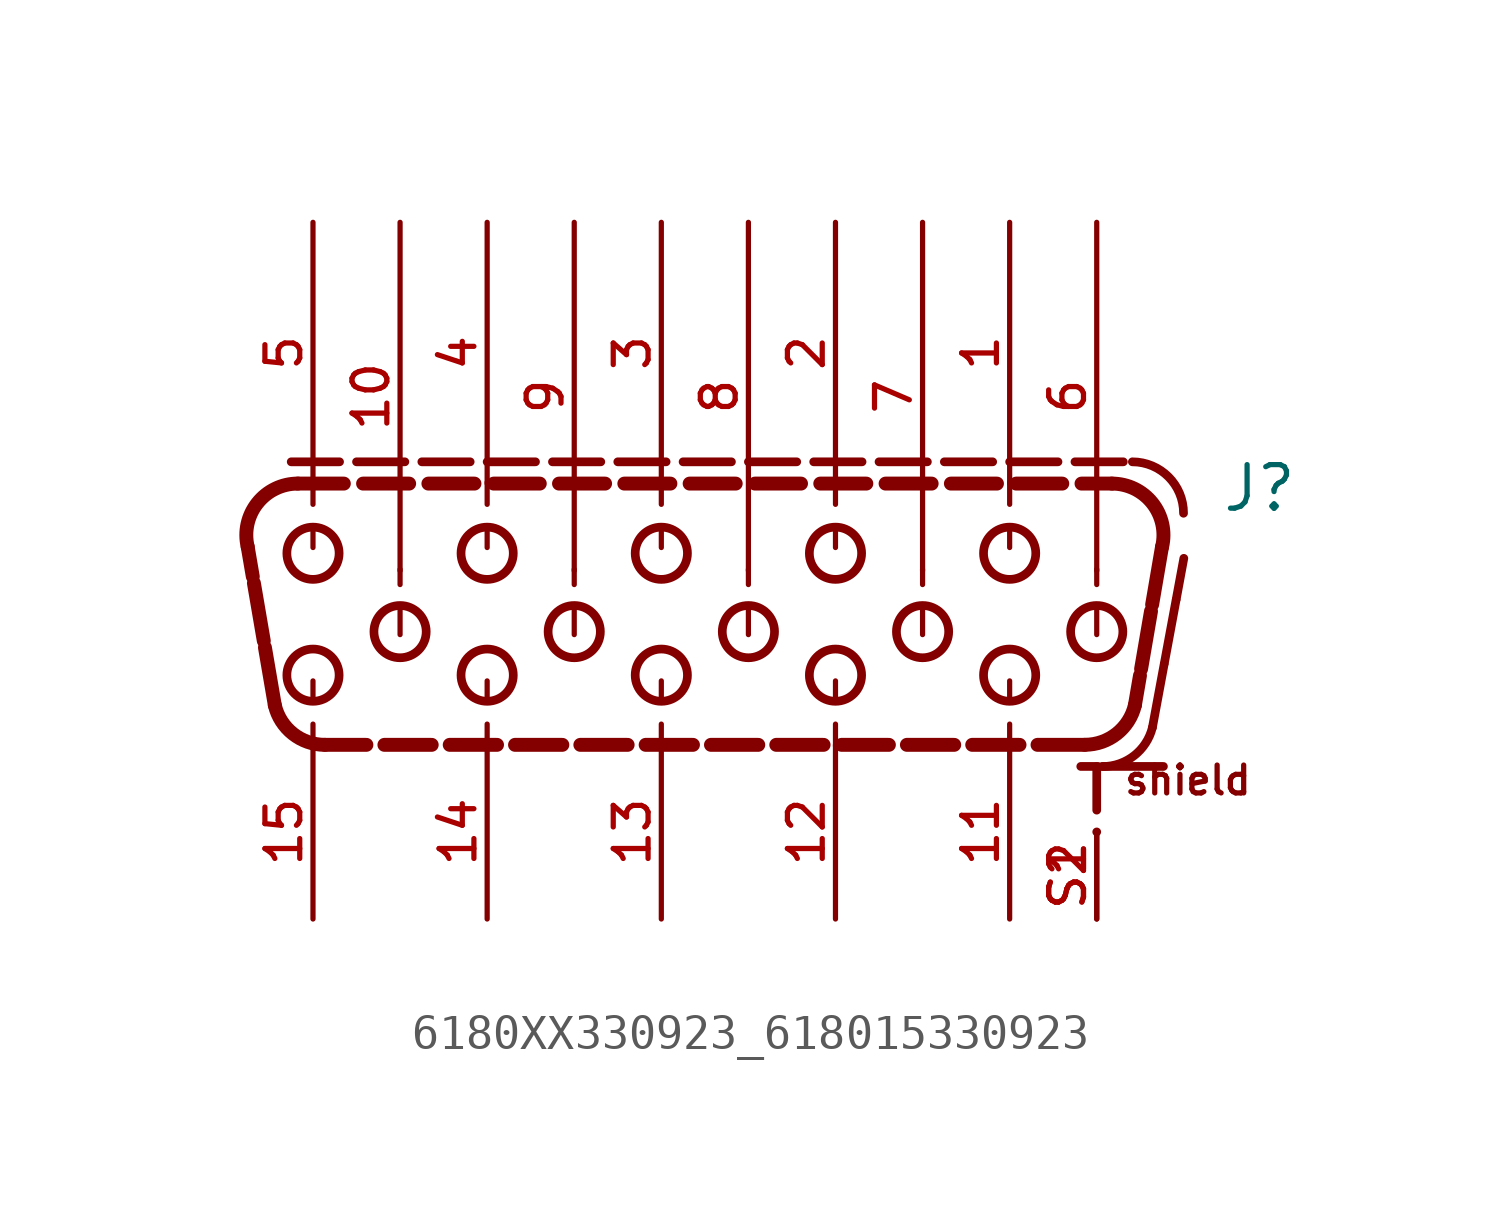
<source format=kicad_sym>
(kicad_symbol_lib
  (version 20231120)
  (generator "kicad_symbol_editor")
  (generator_version "8.0")
  (symbol "6180XX330923_618015330923"
    (pin_names
      (offset 1.016))
    (property "Reference" "J"
      (at 16.32 4.2 0)
      (effects (font (size 1.27 1.27)) (justify left bottom)))
    (symbol "6180XX330923_618015330923_0_0"
      (arc (start -11.2729 -1.3848) (mid -10.7468 -2.2139) (end -9.8131 -2.54) (stroke (width 0.4064) (type default)) (fill (type none)))
      (arc (start -10.6044 5.08) (mid -11.7806 4.5108) (end -12.0642 3.2352) (stroke (width 0.4064) (type default)) (fill (type none)))
      (circle (center -10.16 -0.508) (radius 0.762) (stroke (width 0.254) (type default)) (fill (type none)))
      (circle (center -10.16 3.048) (radius 0.762) (stroke (width 0.254) (type default)) (fill (type none)))
      (circle (center -7.62 0.762) (radius 0.762) (stroke (width 0.254) (type default)) (fill (type none)))
      (circle (center -5.08 -0.508) (radius 0.762) (stroke (width 0.254) (type default)) (fill (type none)))
      (circle (center -5.08 3.048) (radius 0.762) (stroke (width 0.254) (type default)) (fill (type none)))
      (circle (center -2.54 0.762) (radius 0.762) (stroke (width 0.254) (type default)) (fill (type none)))
      (circle (center 0 -0.508) (radius 0.762) (stroke (width 0.254) (type default)) (fill (type none)))
      (polyline (pts (xy -11.916 2.37) (xy -12.064 3.235)) (stroke (width 0.406) (type default)) (fill (type none)))
      (polyline (pts (xy -11.595 0.493) (xy -11.883 2.177)) (stroke (width 0.406) (type default)) (fill (type none)))
      (polyline (pts (xy -11.273 -1.385) (xy -11.561 0.299)) (stroke (width 0.406) (type default)) (fill (type none)))
      (polyline (pts (xy -10.795 5.715) (xy -9.385 5.715)) (stroke (width 0.254) (type default)) (fill (type none)))
      (polyline (pts (xy -10.604 5.08) (xy -9.26 5.08)) (stroke (width 0.406) (type default)) (fill (type none)))
      (polyline (pts (xy -10.16 -2.58) (xy -10.16 -1.935)) (stroke (width 0.152) (type default)) (fill (type none)))
      (polyline (pts (xy -10.16 -0.675) (xy -10.16 -1.3)) (stroke (width 0.152) (type default)) (fill (type none)))
      (polyline (pts (xy -10.16 3.215) (xy -10.16 3.84)) (stroke (width 0.152) (type default)) (fill (type none)))
      (polyline (pts (xy -10.16 5.12) (xy -10.16 4.475)) (stroke (width 0.152) (type default)) (fill (type none)))
      (polyline (pts (xy -8.89 5.715) (xy -7.48 5.715)) (stroke (width 0.254) (type default)) (fill (type none)))
      (polyline (pts (xy -8.699 5.08) (xy -7.355 5.08)) (stroke (width 0.406) (type default)) (fill (type none)))
      (polyline (pts (xy -8.602 -2.54) (xy -9.813 -2.54)) (stroke (width 0.406) (type default)) (fill (type none)))
      (polyline (pts (xy -7.62 0.675) (xy -7.62 1.5)) (stroke (width 0.152) (type default)) (fill (type none)))
      (polyline (pts (xy -7.62 2.58) (xy -7.62 2.135)) (stroke (width 0.152) (type default)) (fill (type none)))
      (polyline (pts (xy -6.985 5.715) (xy -5.575 5.715)) (stroke (width 0.254) (type default)) (fill (type none)))
      (polyline (pts (xy -6.794 5.08) (xy -5.45 5.08)) (stroke (width 0.406) (type default)) (fill (type none)))
      (polyline (pts (xy -6.697 -2.54) (xy -8.077 -2.54)) (stroke (width 0.406) (type default)) (fill (type none)))
      (polyline (pts (xy -5.08 -2.58) (xy -5.08 -1.935)) (stroke (width 0.152) (type default)) (fill (type none)))
      (polyline (pts (xy -5.08 -0.675) (xy -5.08 -1.3)) (stroke (width 0.152) (type default)) (fill (type none)))
      (polyline (pts (xy -5.08 3.215) (xy -5.08 3.84)) (stroke (width 0.152) (type default)) (fill (type none)))
      (polyline (pts (xy -5.08 5.12) (xy -5.08 4.475)) (stroke (width 0.152) (type default)) (fill (type none)))
      (polyline (pts (xy -5.08 5.715) (xy -3.67 5.715)) (stroke (width 0.254) (type default)) (fill (type none)))
      (polyline (pts (xy -4.889 5.08) (xy -3.545 5.08)) (stroke (width 0.406) (type default)) (fill (type none)))
      (polyline (pts (xy -4.792 -2.54) (xy -6.172 -2.54)) (stroke (width 0.406) (type default)) (fill (type none)))
      (polyline (pts (xy -3.175 5.715) (xy -1.765 5.715)) (stroke (width 0.254) (type default)) (fill (type none)))
      (polyline (pts (xy -2.984 5.08) (xy -1.64 5.08)) (stroke (width 0.406) (type default)) (fill (type none)))
      (polyline (pts (xy -2.887 -2.54) (xy -4.267 -2.54)) (stroke (width 0.406) (type default)) (fill (type none)))
      (polyline (pts (xy -2.54 0.675) (xy -2.54 1.5)) (stroke (width 0.152) (type default)) (fill (type none)))
      (polyline (pts (xy -2.54 2.58) (xy -2.54 2.135)) (stroke (width 0.152) (type default)) (fill (type none)))
      (polyline (pts (xy -1.27 5.715) (xy 0.14 5.715)) (stroke (width 0.254) (type default)) (fill (type none)))
      (polyline (pts (xy -1.079 5.08) (xy 0.265 5.08)) (stroke (width 0.406) (type default)) (fill (type none)))
      (polyline (pts (xy -0.982 -2.54) (xy -2.362 -2.54)) (stroke (width 0.406) (type default)) (fill (type none)))
      (polyline (pts (xy 0 -2.58) (xy 0 -1.935)) (stroke (width 0.152) (type default)) (fill (type none)))
      (polyline (pts (xy 0 -0.675) (xy 0 -1.3)) (stroke (width 0.152) (type default)) (fill (type none)))
      (polyline (pts (xy 0 3.215) (xy 0 3.84)) (stroke (width 0.152) (type default)) (fill (type none)))
      (polyline (pts (xy 0 5.12) (xy 0 4.475)) (stroke (width 0.152) (type default)) (fill (type none)))
      (polyline (pts (xy 0.635 5.715) (xy 2.045 5.715)) (stroke (width 0.254) (type default)) (fill (type none)))
      (polyline (pts (xy 0.826 5.08) (xy 2.17 5.08)) (stroke (width 0.406) (type default)) (fill (type none)))
      (polyline (pts (xy 0.923 -2.54) (xy -0.457 -2.54)) (stroke (width 0.406) (type default)) (fill (type none)))
      (polyline (pts (xy 2.54 0.675) (xy 2.54 1.5)) (stroke (width 0.152) (type default)) (fill (type none)))
      (polyline (pts (xy 2.54 2.58) (xy 2.54 2.135)) (stroke (width 0.152) (type default)) (fill (type none)))
      (polyline (pts (xy 2.54 5.715) (xy 3.95 5.715)) (stroke (width 0.254) (type default)) (fill (type none)))
      (polyline (pts (xy 2.731 5.08) (xy 4.075 5.08)) (stroke (width 0.406) (type default)) (fill (type none)))
      (polyline (pts (xy 2.828 -2.54) (xy 1.448 -2.54)) (stroke (width 0.406) (type default)) (fill (type none)))
      (polyline (pts (xy 4.445 5.715) (xy 5.855 5.715)) (stroke (width 0.254) (type default)) (fill (type none)))
      (polyline (pts (xy 4.636 5.08) (xy 5.98 5.08)) (stroke (width 0.406) (type default)) (fill (type none)))
      (polyline (pts (xy 4.733 -2.54) (xy 3.353 -2.54)) (stroke (width 0.406) (type default)) (fill (type none)))
      (polyline (pts (xy 5.08 -2.58) (xy 5.08 -1.935)) (stroke (width 0.152) (type default)) (fill (type none)))
      (polyline (pts (xy 5.08 -0.675) (xy 5.08 -1.3)) (stroke (width 0.152) (type default)) (fill (type none)))
      (polyline (pts (xy 5.08 3.215) (xy 5.08 3.84)) (stroke (width 0.152) (type default)) (fill (type none)))
      (polyline (pts (xy 5.08 5.12) (xy 5.08 4.475)) (stroke (width 0.152) (type default)) (fill (type none)))
      (polyline (pts (xy 6.35 5.715) (xy 7.76 5.715)) (stroke (width 0.254) (type default)) (fill (type none)))
      (polyline (pts (xy 6.541 5.08) (xy 7.885 5.08)) (stroke (width 0.406) (type default)) (fill (type none)))
      (polyline (pts (xy 6.638 -2.54) (xy 5.258 -2.54)) (stroke (width 0.406) (type default)) (fill (type none)))
      (polyline (pts (xy 7.62 0.675) (xy 7.62 1.5)) (stroke (width 0.152) (type default)) (fill (type none)))
      (polyline (pts (xy 7.62 2.58) (xy 7.62 2.135)) (stroke (width 0.152) (type default)) (fill (type none)))
      (polyline (pts (xy 8.255 5.715) (xy 9.665 5.715)) (stroke (width 0.254) (type default)) (fill (type none)))
      (polyline (pts (xy 8.446 5.08) (xy 9.79 5.08)) (stroke (width 0.406) (type default)) (fill (type none)))
      (polyline (pts (xy 8.543 -2.54) (xy 7.163 -2.54)) (stroke (width 0.406) (type default)) (fill (type none)))
      (polyline (pts (xy 10.16 -2.58) (xy 10.16 -1.935)) (stroke (width 0.152) (type default)) (fill (type none)))
      (polyline (pts (xy 10.16 -0.675) (xy 10.16 -1.3)) (stroke (width 0.152) (type default)) (fill (type none)))
      (polyline (pts (xy 10.16 3.215) (xy 10.16 3.84)) (stroke (width 0.152) (type default)) (fill (type none)))
      (polyline (pts (xy 10.16 5.12) (xy 10.16 4.475)) (stroke (width 0.152) (type default)) (fill (type none)))
      (polyline (pts (xy 10.16 5.715) (xy 11.57 5.715)) (stroke (width 0.254) (type default)) (fill (type none)))
      (polyline (pts (xy 10.351 5.08) (xy 11.695 5.08)) (stroke (width 0.406) (type default)) (fill (type none)))
      (polyline (pts (xy 10.448 -2.54) (xy 9.068 -2.54)) (stroke (width 0.406) (type default)) (fill (type none)))
      (polyline (pts (xy 12.065 5.715) (xy 13.475 5.715)) (stroke (width 0.254) (type default)) (fill (type none)))
      (polyline (pts (xy 12.256 5.08) (xy 13.144 5.08)) (stroke (width 0.406) (type default)) (fill (type none)))
      (polyline (pts (xy 12.353 -2.54) (xy 10.973 -2.54)) (stroke (width 0.406) (type default)) (fill (type none)))
      (polyline (pts (xy 12.7 -5.08) (xy 12.7 -5.08)) (stroke (width 0.254) (type default)) (fill (type none)))
      (polyline (pts (xy 12.7 -3.175) (xy 12.7 -4.445)) (stroke (width 0.254) (type default)) (fill (type none)))
      (polyline (pts (xy 12.7 0.675) (xy 12.7 1.5)) (stroke (width 0.152) (type default)) (fill (type none)))
      (polyline (pts (xy 12.7 2.58) (xy 12.7 2.135)) (stroke (width 0.152) (type default)) (fill (type none)))
      (polyline (pts (xy 12.74 -3.17) (xy 12.234 -3.17)) (stroke (width 0.254) (type default)) (fill (type none)))
      (polyline (pts (xy 13.961 -0.52) (xy 13.813 -1.385)) (stroke (width 0.406) (type default)) (fill (type none)))
      (polyline (pts (xy 14.283 1.357) (xy 13.994 -0.327)) (stroke (width 0.406) (type default)) (fill (type none)))
      (polyline (pts (xy 14.324 -2.034) (xy 14.666 -0.191)) (stroke (width 0.254) (type default)) (fill (type none)))
      (polyline (pts (xy 14.604 3.235) (xy 14.316 1.551)) (stroke (width 0.406) (type default)) (fill (type none)))
      (polyline (pts (xy 14.645 -3.17) (xy 12.869 -3.17)) (stroke (width 0.254) (type default)) (fill (type none)))
      (polyline (pts (xy 14.672 -0.161) (xy 15.014 1.682)) (stroke (width 0.254) (type default)) (fill (type none)))
      (polyline (pts (xy 15.02 1.712) (xy 15.24 2.9)) (stroke (width 0.254) (type default)) (fill (type none)))
      (circle (center 0 3.048) (radius 0.762) (stroke (width 0.254) (type default)) (fill (type none)))
      (circle (center 2.54 0.762) (radius 0.762) (stroke (width 0.254) (type default)) (fill (type none)))
      (circle (center 5.08 -0.508) (radius 0.762) (stroke (width 0.254) (type default)) (fill (type none)))
      (circle (center 5.08 3.048) (radius 0.762) (stroke (width 0.254) (type default)) (fill (type none)))
      (circle (center 7.62 0.762) (radius 0.762) (stroke (width 0.254) (type default)) (fill (type none)))
      (circle (center 10.16 -0.508) (radius 0.762) (stroke (width 0.254) (type default)) (fill (type none)))
      (circle (center 10.16 3.048) (radius 0.762) (stroke (width 0.254) (type default)) (fill (type none)))
      (arc (start 12.353 -2.54) (mid 13.2808 -2.2186) (end 13.8129 -1.3848) (stroke (width 0.4064) (type default)) (fill (type none)))
      (circle (center 12.7 0.762) (radius 0.762) (stroke (width 0.254) (type default)) (fill (type none)))
      (arc (start 12.8688 -3.17) (mid 13.7925 -2.8528) (end 14.324 -2.0338) (stroke (width 0.254) (type default)) (fill (type none)))
      (arc (start 14.6042 3.2352) (mid 14.3183 4.5138) (end 13.1444 5.08) (stroke (width 0.4064) (type default)) (fill (type none)))
      (arc (start 15.24 4.215) (mid 14.8007 5.2757) (end 13.74 5.715) (stroke (width 0.254) (type default)) (fill (type none)))
      (text "shield" (at 13.44 -4.05 0) (effects (font (size 0.813 0.813)) (justify left bottom)))
      (pin bidirectional line (at 10.16 -7.62 90) (length 5.08) (name "~" (effects (font (size 1.016 1.016)))) (number "11" (effects (font (size 1.016 1.016)))))
      (pin bidirectional line (at 5.08 -7.62 90) (length 5.08) (name "~" (effects (font (size 1.016 1.016)))) (number "12" (effects (font (size 1.016 1.016)))))
      (pin bidirectional line (at 0 -7.62 90) (length 5.08) (name "~" (effects (font (size 1.016 1.016)))) (number "13" (effects (font (size 1.016 1.016)))))
      (pin bidirectional line (at -5.08 -7.62 90) (length 5.08) (name "~" (effects (font (size 1.016 1.016)))) (number "14" (effects (font (size 1.016 1.016)))))
      (pin bidirectional line (at -10.16 -7.62 90) (length 5.08) (name "~" (effects (font (size 1.016 1.016)))) (number "15" (effects (font (size 1.016 1.016)))))
      (pin bidirectional line (at 12.7 -7.62 90) (length 2.54) (name "~" (effects (font (size 1.016 1.016)))) (number "S1" (effects (font (size 1.016 1.016)))))
      (pin bidirectional line (at 12.7 -7.62 90) (length 2.54) (name "~" (effects (font (size 1.016 1.016)))) (number "S2" (effects (font (size 1.016 1.016))))))
    (symbol "6180XX330923_618015330923_1_0"
      (pin bidirectional line (at 10.16 12.7 270) (length 7.62) (name "~" (effects (font (size 1.016 1.016)))) (number "1" (effects (font (size 1.016 1.016)))))
      (pin bidirectional line (at -7.62 12.7 270) (length 10.16) (name "~" (effects (font (size 1.016 1.016)))) (number "10" (effects (font (size 1.016 1.016)))))
      (pin bidirectional line (at 5.08 12.7 270) (length 7.62) (name "~" (effects (font (size 1.016 1.016)))) (number "2" (effects (font (size 1.016 1.016)))))
      (pin bidirectional line (at 0 12.7 270) (length 7.62) (name "~" (effects (font (size 1.016 1.016)))) (number "3" (effects (font (size 1.016 1.016)))))
      (pin bidirectional line (at -5.08 12.7 270) (length 7.62) (name "~" (effects (font (size 1.016 1.016)))) (number "4" (effects (font (size 1.016 1.016)))))
      (pin bidirectional line (at -10.16 12.7 270) (length 7.62) (name "~" (effects (font (size 1.016 1.016)))) (number "5" (effects (font (size 1.016 1.016)))))
      (pin bidirectional line (at 12.7 12.7 270) (length 10.16) (name "~" (effects (font (size 1.016 1.016)))) (number "6" (effects (font (size 1.016 1.016)))))
      (pin bidirectional line (at 7.62 12.7 270) (length 10.16) (name "~" (effects (font (size 1.016 1.016)))) (number "7" (effects (font (size 1.016 1.016)))))
      (pin bidirectional line (at 2.54 12.7 270) (length 10.16) (name "~" (effects (font (size 1.016 1.016)))) (number "8" (effects (font (size 1.016 1.016)))))
      (pin bidirectional line (at -2.54 12.7 270) (length 10.16) (name "~" (effects (font (size 1.016 1.016)))) (number "9" (effects (font (size 1.016 1.016))))))))
</source>
